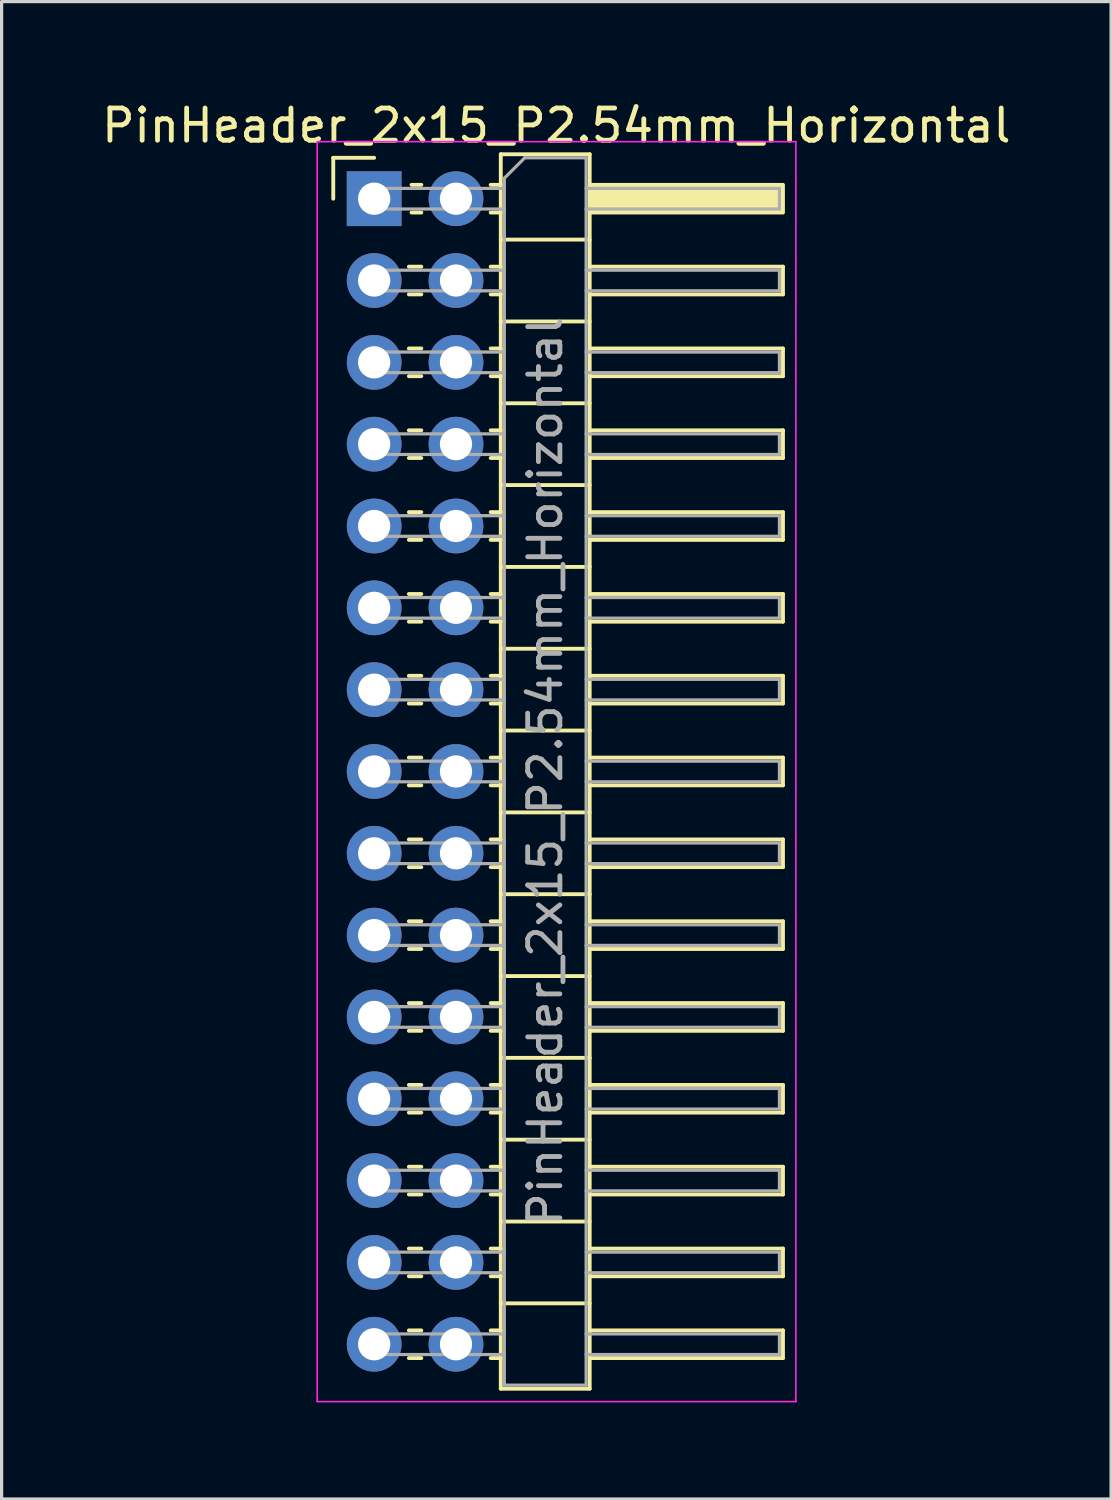
<source format=kicad_pcb>
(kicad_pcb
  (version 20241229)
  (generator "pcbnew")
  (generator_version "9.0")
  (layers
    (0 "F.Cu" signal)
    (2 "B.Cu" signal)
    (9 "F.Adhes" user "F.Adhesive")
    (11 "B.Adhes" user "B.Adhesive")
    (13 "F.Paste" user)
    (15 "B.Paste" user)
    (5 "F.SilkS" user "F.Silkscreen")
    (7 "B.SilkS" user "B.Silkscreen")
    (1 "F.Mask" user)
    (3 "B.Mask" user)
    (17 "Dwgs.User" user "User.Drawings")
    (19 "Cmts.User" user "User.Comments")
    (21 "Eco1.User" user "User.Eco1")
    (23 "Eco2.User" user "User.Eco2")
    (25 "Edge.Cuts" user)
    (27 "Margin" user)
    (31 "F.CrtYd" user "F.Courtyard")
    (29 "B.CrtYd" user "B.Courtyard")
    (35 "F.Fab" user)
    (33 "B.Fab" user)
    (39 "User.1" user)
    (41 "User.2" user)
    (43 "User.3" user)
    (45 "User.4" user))
  (footprint "PinHeader_2x15_P2.54mm_Horizontal"
    (layer "F.Cu")
    (at 8.565 3.118)
    (property "Reference" "PinHeader_2x15_P2.54mm_Horizontal" (at 5.655 -2.27 0) (layer "F.SilkS") (effects (font (size 1 1) (thickness 0.15))))
    (attr through_hole)
    (fp_line (start -1.27 -1.27) (end 0 -1.27) (stroke (width 0.12) (type solid)) (layer "F.SilkS"))
    (fp_line (start -1.27 0) (end -1.27 -1.27) (stroke (width 0.12) (type solid)) (layer "F.SilkS"))
    (fp_line (start 1.077 2.11) (end 1.463 2.11) (stroke (width 0.12) (type solid)) (layer "F.SilkS"))
    (fp_line (start 1.077 2.97) (end 1.463 2.97) (stroke (width 0.12) (type solid)) (layer "F.SilkS"))
    (fp_line (start 1.077 4.65) (end 1.463 4.65) (stroke (width 0.12) (type solid)) (layer "F.SilkS"))
    (fp_line (start 1.077 5.51) (end 1.463 5.51) (stroke (width 0.12) (type solid)) (layer "F.SilkS"))
    (fp_line (start 1.077 7.19) (end 1.463 7.19) (stroke (width 0.12) (type solid)) (layer "F.SilkS"))
    (fp_line (start 1.077 8.05) (end 1.463 8.05) (stroke (width 0.12) (type solid)) (layer "F.SilkS"))
    (fp_line (start 1.077 9.73) (end 1.463 9.73) (stroke (width 0.12) (type solid)) (layer "F.SilkS"))
    (fp_line (start 1.077 10.59) (end 1.463 10.59) (stroke (width 0.12) (type solid)) (layer "F.SilkS"))
    (fp_line (start 1.077 12.27) (end 1.463 12.27) (stroke (width 0.12) (type solid)) (layer "F.SilkS"))
    (fp_line (start 1.077 13.13) (end 1.463 13.13) (stroke (width 0.12) (type solid)) (layer "F.SilkS"))
    (fp_line (start 1.077 14.81) (end 1.463 14.81) (stroke (width 0.12) (type solid)) (layer "F.SilkS"))
    (fp_line (start 1.077 15.67) (end 1.463 15.67) (stroke (width 0.12) (type solid)) (layer "F.SilkS"))
    (fp_line (start 1.077 17.35) (end 1.463 17.35) (stroke (width 0.12) (type solid)) (layer "F.SilkS"))
    (fp_line (start 1.077 18.21) (end 1.463 18.21) (stroke (width 0.12) (type solid)) (layer "F.SilkS"))
    (fp_line (start 1.077 19.89) (end 1.463 19.89) (stroke (width 0.12) (type solid)) (layer "F.SilkS"))
    (fp_line (start 1.077 20.75) (end 1.463 20.75) (stroke (width 0.12) (type solid)) (layer "F.SilkS"))
    (fp_line (start 1.077 22.43) (end 1.463 22.43) (stroke (width 0.12) (type solid)) (layer "F.SilkS"))
    (fp_line (start 1.077 23.29) (end 1.463 23.29) (stroke (width 0.12) (type solid)) (layer "F.SilkS"))
    (fp_line (start 1.077 24.97) (end 1.463 24.97) (stroke (width 0.12) (type solid)) (layer "F.SilkS"))
    (fp_line (start 1.077 25.83) (end 1.463 25.83) (stroke (width 0.12) (type solid)) (layer "F.SilkS"))
    (fp_line (start 1.077 27.51) (end 1.463 27.51) (stroke (width 0.12) (type solid)) (layer "F.SilkS"))
    (fp_line (start 1.077 28.37) (end 1.463 28.37) (stroke (width 0.12) (type solid)) (layer "F.SilkS"))
    (fp_line (start 1.077 30.05) (end 1.463 30.05) (stroke (width 0.12) (type solid)) (layer "F.SilkS"))
    (fp_line (start 1.077 30.91) (end 1.463 30.91) (stroke (width 0.12) (type solid)) (layer "F.SilkS"))
    (fp_line (start 1.077 32.59) (end 1.463 32.59) (stroke (width 0.12) (type solid)) (layer "F.SilkS"))
    (fp_line (start 1.077 33.45) (end 1.463 33.45) (stroke (width 0.12) (type solid)) (layer "F.SilkS"))
    (fp_line (start 1.077 35.13) (end 1.463 35.13) (stroke (width 0.12) (type solid)) (layer "F.SilkS"))
    (fp_line (start 1.077 35.99) (end 1.463 35.99) (stroke (width 0.12) (type solid)) (layer "F.SilkS"))
    (fp_line (start 1.16 -0.43) (end 1.463 -0.43) (stroke (width 0.12) (type solid)) (layer "F.SilkS"))
    (fp_line (start 1.16 0.43) (end 1.463 0.43) (stroke (width 0.12) (type solid)) (layer "F.SilkS"))
    (fp_line (start 3.617 -0.43) (end 3.93 -0.43) (stroke (width 0.12) (type solid)) (layer "F.SilkS"))
    (fp_line (start 3.617 0.43) (end 3.93 0.43) (stroke (width 0.12) (type solid)) (layer "F.SilkS"))
    (fp_line (start 3.617 2.11) (end 3.93 2.11) (stroke (width 0.12) (type solid)) (layer "F.SilkS"))
    (fp_line (start 3.617 2.97) (end 3.93 2.97) (stroke (width 0.12) (type solid)) (layer "F.SilkS"))
    (fp_line (start 3.617 4.65) (end 3.93 4.65) (stroke (width 0.12) (type solid)) (layer "F.SilkS"))
    (fp_line (start 3.617 5.51) (end 3.93 5.51) (stroke (width 0.12) (type solid)) (layer "F.SilkS"))
    (fp_line (start 3.617 7.19) (end 3.93 7.19) (stroke (width 0.12) (type solid)) (layer "F.SilkS"))
    (fp_line (start 3.617 8.05) (end 3.93 8.05) (stroke (width 0.12) (type solid)) (layer "F.SilkS"))
    (fp_line (start 3.617 9.73) (end 3.93 9.73) (stroke (width 0.12) (type solid)) (layer "F.SilkS"))
    (fp_line (start 3.617 10.59) (end 3.93 10.59) (stroke (width 0.12) (type solid)) (layer "F.SilkS"))
    (fp_line (start 3.617 12.27) (end 3.93 12.27) (stroke (width 0.12) (type solid)) (layer "F.SilkS"))
    (fp_line (start 3.617 13.13) (end 3.93 13.13) (stroke (width 0.12) (type solid)) (layer "F.SilkS"))
    (fp_line (start 3.617 14.81) (end 3.93 14.81) (stroke (width 0.12) (type solid)) (layer "F.SilkS"))
    (fp_line (start 3.617 15.67) (end 3.93 15.67) (stroke (width 0.12) (type solid)) (layer "F.SilkS"))
    (fp_line (start 3.617 17.35) (end 3.93 17.35) (stroke (width 0.12) (type solid)) (layer "F.SilkS"))
    (fp_line (start 3.617 18.21) (end 3.93 18.21) (stroke (width 0.12) (type solid)) (layer "F.SilkS"))
    (fp_line (start 3.617 19.89) (end 3.93 19.89) (stroke (width 0.12) (type solid)) (layer "F.SilkS"))
    (fp_line (start 3.617 20.75) (end 3.93 20.75) (stroke (width 0.12) (type solid)) (layer "F.SilkS"))
    (fp_line (start 3.617 22.43) (end 3.93 22.43) (stroke (width 0.12) (type solid)) (layer "F.SilkS"))
    (fp_line (start 3.617 23.29) (end 3.93 23.29) (stroke (width 0.12) (type solid)) (layer "F.SilkS"))
    (fp_line (start 3.617 24.97) (end 3.93 24.97) (stroke (width 0.12) (type solid)) (layer "F.SilkS"))
    (fp_line (start 3.617 25.83) (end 3.93 25.83) (stroke (width 0.12) (type solid)) (layer "F.SilkS"))
    (fp_line (start 3.617 27.51) (end 3.93 27.51) (stroke (width 0.12) (type solid)) (layer "F.SilkS"))
    (fp_line (start 3.617 28.37) (end 3.93 28.37) (stroke (width 0.12) (type solid)) (layer "F.SilkS"))
    (fp_line (start 3.617 30.05) (end 3.93 30.05) (stroke (width 0.12) (type solid)) (layer "F.SilkS"))
    (fp_line (start 3.617 30.91) (end 3.93 30.91) (stroke (width 0.12) (type solid)) (layer "F.SilkS"))
    (fp_line (start 3.617 32.59) (end 3.93 32.59) (stroke (width 0.12) (type solid)) (layer "F.SilkS"))
    (fp_line (start 3.617 33.45) (end 3.93 33.45) (stroke (width 0.12) (type solid)) (layer "F.SilkS"))
    (fp_line (start 3.617 35.13) (end 3.93 35.13) (stroke (width 0.12) (type solid)) (layer "F.SilkS"))
    (fp_line (start 3.617 35.99) (end 3.93 35.99) (stroke (width 0.12) (type solid)) (layer "F.SilkS"))
    (fp_line (start 3.93 -1.38) (end 3.93 36.94) (stroke (width 0.12) (type solid)) (layer "F.SilkS"))
    (fp_line (start 3.93 1.27) (end 6.69 1.27) (stroke (width 0.12) (type solid)) (layer "F.SilkS"))
    (fp_line (start 3.93 3.81) (end 6.69 3.81) (stroke (width 0.12) (type solid)) (layer "F.SilkS"))
    (fp_line (start 3.93 6.35) (end 6.69 6.35) (stroke (width 0.12) (type solid)) (layer "F.SilkS"))
    (fp_line (start 3.93 8.89) (end 6.69 8.89) (stroke (width 0.12) (type solid)) (layer "F.SilkS"))
    (fp_line (start 3.93 11.43) (end 6.69 11.43) (stroke (width 0.12) (type solid)) (layer "F.SilkS"))
    (fp_line (start 3.93 13.97) (end 6.69 13.97) (stroke (width 0.12) (type solid)) (layer "F.SilkS"))
    (fp_line (start 3.93 16.51) (end 6.69 16.51) (stroke (width 0.12) (type solid)) (layer "F.SilkS"))
    (fp_line (start 3.93 19.05) (end 6.69 19.05) (stroke (width 0.12) (type solid)) (layer "F.SilkS"))
    (fp_line (start 3.93 21.59) (end 6.69 21.59) (stroke (width 0.12) (type solid)) (layer "F.SilkS"))
    (fp_line (start 3.93 24.13) (end 6.69 24.13) (stroke (width 0.12) (type solid)) (layer "F.SilkS"))
    (fp_line (start 3.93 26.67) (end 6.69 26.67) (stroke (width 0.12) (type solid)) (layer "F.SilkS"))
    (fp_line (start 3.93 29.21) (end 6.69 29.21) (stroke (width 0.12) (type solid)) (layer "F.SilkS"))
    (fp_line (start 3.93 31.75) (end 6.69 31.75) (stroke (width 0.12) (type solid)) (layer "F.SilkS"))
    (fp_line (start 3.93 34.29) (end 6.69 34.29) (stroke (width 0.12) (type solid)) (layer "F.SilkS"))
    (fp_line (start 3.93 36.94) (end 6.69 36.94) (stroke (width 0.12) (type solid)) (layer "F.SilkS"))
    (fp_line (start 6.69 -1.38) (end 3.93 -1.38) (stroke (width 0.12) (type solid)) (layer "F.SilkS"))
    (fp_line (start 6.69 2.11) (end 12.69 2.11) (stroke (width 0.12) (type solid)) (layer "F.SilkS"))
    (fp_line (start 6.69 4.65) (end 12.69 4.65) (stroke (width 0.12) (type solid)) (layer "F.SilkS"))
    (fp_line (start 6.69 7.19) (end 12.69 7.19) (stroke (width 0.12) (type solid)) (layer "F.SilkS"))
    (fp_line (start 6.69 9.73) (end 12.69 9.73) (stroke (width 0.12) (type solid)) (layer "F.SilkS"))
    (fp_line (start 6.69 12.27) (end 12.69 12.27) (stroke (width 0.12) (type solid)) (layer "F.SilkS"))
    (fp_line (start 6.69 14.81) (end 12.69 14.81) (stroke (width 0.12) (type solid)) (layer "F.SilkS"))
    (fp_line (start 6.69 17.35) (end 12.69 17.35) (stroke (width 0.12) (type solid)) (layer "F.SilkS"))
    (fp_line (start 6.69 19.89) (end 12.69 19.89) (stroke (width 0.12) (type solid)) (layer "F.SilkS"))
    (fp_line (start 6.69 22.43) (end 12.69 22.43) (stroke (width 0.12) (type solid)) (layer "F.SilkS"))
    (fp_line (start 6.69 24.97) (end 12.69 24.97) (stroke (width 0.12) (type solid)) (layer "F.SilkS"))
    (fp_line (start 6.69 27.51) (end 12.69 27.51) (stroke (width 0.12) (type solid)) (layer "F.SilkS"))
    (fp_line (start 6.69 30.05) (end 12.69 30.05) (stroke (width 0.12) (type solid)) (layer "F.SilkS"))
    (fp_line (start 6.69 32.59) (end 12.69 32.59) (stroke (width 0.12) (type solid)) (layer "F.SilkS"))
    (fp_line (start 6.69 35.13) (end 12.69 35.13) (stroke (width 0.12) (type solid)) (layer "F.SilkS"))
    (fp_line (start 6.69 36.94) (end 6.69 -1.38) (stroke (width 0.12) (type solid)) (layer "F.SilkS"))
    (fp_line (start 12.69 2.11) (end 12.69 2.97) (stroke (width 0.12) (type solid)) (layer "F.SilkS"))
    (fp_line (start 12.69 2.97) (end 6.69 2.97) (stroke (width 0.12) (type solid)) (layer "F.SilkS"))
    (fp_line (start 12.69 4.65) (end 12.69 5.51) (stroke (width 0.12) (type solid)) (layer "F.SilkS"))
    (fp_line (start 12.69 5.51) (end 6.69 5.51) (stroke (width 0.12) (type solid)) (layer "F.SilkS"))
    (fp_line (start 12.69 7.19) (end 12.69 8.05) (stroke (width 0.12) (type solid)) (layer "F.SilkS"))
    (fp_line (start 12.69 8.05) (end 6.69 8.05) (stroke (width 0.12) (type solid)) (layer "F.SilkS"))
    (fp_line (start 12.69 9.73) (end 12.69 10.59) (stroke (width 0.12) (type solid)) (layer "F.SilkS"))
    (fp_line (start 12.69 10.59) (end 6.69 10.59) (stroke (width 0.12) (type solid)) (layer "F.SilkS"))
    (fp_line (start 12.69 12.27) (end 12.69 13.13) (stroke (width 0.12) (type solid)) (layer "F.SilkS"))
    (fp_line (start 12.69 13.13) (end 6.69 13.13) (stroke (width 0.12) (type solid)) (layer "F.SilkS"))
    (fp_line (start 12.69 14.81) (end 12.69 15.67) (stroke (width 0.12) (type solid)) (layer "F.SilkS"))
    (fp_line (start 12.69 15.67) (end 6.69 15.67) (stroke (width 0.12) (type solid)) (layer "F.SilkS"))
    (fp_line (start 12.69 17.35) (end 12.69 18.21) (stroke (width 0.12) (type solid)) (layer "F.SilkS"))
    (fp_line (start 12.69 18.21) (end 6.69 18.21) (stroke (width 0.12) (type solid)) (layer "F.SilkS"))
    (fp_line (start 12.69 19.89) (end 12.69 20.75) (stroke (width 0.12) (type solid)) (layer "F.SilkS"))
    (fp_line (start 12.69 20.75) (end 6.69 20.75) (stroke (width 0.12) (type solid)) (layer "F.SilkS"))
    (fp_line (start 12.69 22.43) (end 12.69 23.29) (stroke (width 0.12) (type solid)) (layer "F.SilkS"))
    (fp_line (start 12.69 23.29) (end 6.69 23.29) (stroke (width 0.12) (type solid)) (layer "F.SilkS"))
    (fp_line (start 12.69 24.97) (end 12.69 25.83) (stroke (width 0.12) (type solid)) (layer "F.SilkS"))
    (fp_line (start 12.69 25.83) (end 6.69 25.83) (stroke (width 0.12) (type solid)) (layer "F.SilkS"))
    (fp_line (start 12.69 27.51) (end 12.69 28.37) (stroke (width 0.12) (type solid)) (layer "F.SilkS"))
    (fp_line (start 12.69 28.37) (end 6.69 28.37) (stroke (width 0.12) (type solid)) (layer "F.SilkS"))
    (fp_line (start 12.69 30.05) (end 12.69 30.91) (stroke (width 0.12) (type solid)) (layer "F.SilkS"))
    (fp_line (start 12.69 30.91) (end 6.69 30.91) (stroke (width 0.12) (type solid)) (layer "F.SilkS"))
    (fp_line (start 12.69 32.59) (end 12.69 33.45) (stroke (width 0.12) (type solid)) (layer "F.SilkS"))
    (fp_line (start 12.69 33.45) (end 6.69 33.45) (stroke (width 0.12) (type solid)) (layer "F.SilkS"))
    (fp_line (start 12.69 35.13) (end 12.69 35.99) (stroke (width 0.12) (type solid)) (layer "F.SilkS"))
    (fp_line (start 12.69 35.99) (end 6.69 35.99) (stroke (width 0.12) (type solid)) (layer "F.SilkS"))
    (fp_rect (start 6.69 -0.43) (end 12.69 0.43) (stroke (width 0.12) (type solid)) (fill yes) (layer "F.SilkS"))
    (fp_line (start -1.77 -1.77) (end -1.77 37.34) (stroke (width 0.05) (type solid)) (layer "F.CrtYd"))
    (fp_line (start -1.77 37.34) (end 13.09 37.34) (stroke (width 0.05) (type solid)) (layer "F.CrtYd"))
    (fp_line (start 13.09 -1.77) (end -1.77 -1.77) (stroke (width 0.05) (type solid)) (layer "F.CrtYd"))
    (fp_line (start 13.09 37.34) (end 13.09 -1.77) (stroke (width 0.05) (type solid)) (layer "F.CrtYd"))
    (fp_line (start -0.32 -0.32) (end -0.32 0.32) (stroke (width 0.1) (type solid)) (layer "F.Fab"))
    (fp_line (start -0.32 -0.32) (end 4.04 -0.32) (stroke (width 0.1) (type solid)) (layer "F.Fab"))
    (fp_line (start -0.32 0.32) (end 4.04 0.32) (stroke (width 0.1) (type solid)) (layer "F.Fab"))
    (fp_line (start -0.32 2.22) (end -0.32 2.86) (stroke (width 0.1) (type solid)) (layer "F.Fab"))
    (fp_line (start -0.32 2.22) (end 4.04 2.22) (stroke (width 0.1) (type solid)) (layer "F.Fab"))
    (fp_line (start -0.32 2.86) (end 4.04 2.86) (stroke (width 0.1) (type solid)) (layer "F.Fab"))
    (fp_line (start -0.32 4.76) (end -0.32 5.4) (stroke (width 0.1) (type solid)) (layer "F.Fab"))
    (fp_line (start -0.32 4.76) (end 4.04 4.76) (stroke (width 0.1) (type solid)) (layer "F.Fab"))
    (fp_line (start -0.32 5.4) (end 4.04 5.4) (stroke (width 0.1) (type solid)) (layer "F.Fab"))
    (fp_line (start -0.32 7.3) (end -0.32 7.94) (stroke (width 0.1) (type solid)) (layer "F.Fab"))
    (fp_line (start -0.32 7.3) (end 4.04 7.3) (stroke (width 0.1) (type solid)) (layer "F.Fab"))
    (fp_line (start -0.32 7.94) (end 4.04 7.94) (stroke (width 0.1) (type solid)) (layer "F.Fab"))
    (fp_line (start -0.32 9.84) (end -0.32 10.48) (stroke (width 0.1) (type solid)) (layer "F.Fab"))
    (fp_line (start -0.32 9.84) (end 4.04 9.84) (stroke (width 0.1) (type solid)) (layer "F.Fab"))
    (fp_line (start -0.32 10.48) (end 4.04 10.48) (stroke (width 0.1) (type solid)) (layer "F.Fab"))
    (fp_line (start -0.32 12.38) (end -0.32 13.02) (stroke (width 0.1) (type solid)) (layer "F.Fab"))
    (fp_line (start -0.32 12.38) (end 4.04 12.38) (stroke (width 0.1) (type solid)) (layer "F.Fab"))
    (fp_line (start -0.32 13.02) (end 4.04 13.02) (stroke (width 0.1) (type solid)) (layer "F.Fab"))
    (fp_line (start -0.32 14.92) (end -0.32 15.56) (stroke (width 0.1) (type solid)) (layer "F.Fab"))
    (fp_line (start -0.32 14.92) (end 4.04 14.92) (stroke (width 0.1) (type solid)) (layer "F.Fab"))
    (fp_line (start -0.32 15.56) (end 4.04 15.56) (stroke (width 0.1) (type solid)) (layer "F.Fab"))
    (fp_line (start -0.32 17.46) (end -0.32 18.1) (stroke (width 0.1) (type solid)) (layer "F.Fab"))
    (fp_line (start -0.32 17.46) (end 4.04 17.46) (stroke (width 0.1) (type solid)) (layer "F.Fab"))
    (fp_line (start -0.32 18.1) (end 4.04 18.1) (stroke (width 0.1) (type solid)) (layer "F.Fab"))
    (fp_line (start -0.32 20) (end -0.32 20.64) (stroke (width 0.1) (type solid)) (layer "F.Fab"))
    (fp_line (start -0.32 20) (end 4.04 20) (stroke (width 0.1) (type solid)) (layer "F.Fab"))
    (fp_line (start -0.32 20.64) (end 4.04 20.64) (stroke (width 0.1) (type solid)) (layer "F.Fab"))
    (fp_line (start -0.32 22.54) (end -0.32 23.18) (stroke (width 0.1) (type solid)) (layer "F.Fab"))
    (fp_line (start -0.32 22.54) (end 4.04 22.54) (stroke (width 0.1) (type solid)) (layer "F.Fab"))
    (fp_line (start -0.32 23.18) (end 4.04 23.18) (stroke (width 0.1) (type solid)) (layer "F.Fab"))
    (fp_line (start -0.32 25.08) (end -0.32 25.72) (stroke (width 0.1) (type solid)) (layer "F.Fab"))
    (fp_line (start -0.32 25.08) (end 4.04 25.08) (stroke (width 0.1) (type solid)) (layer "F.Fab"))
    (fp_line (start -0.32 25.72) (end 4.04 25.72) (stroke (width 0.1) (type solid)) (layer "F.Fab"))
    (fp_line (start -0.32 27.62) (end -0.32 28.26) (stroke (width 0.1) (type solid)) (layer "F.Fab"))
    (fp_line (start -0.32 27.62) (end 4.04 27.62) (stroke (width 0.1) (type solid)) (layer "F.Fab"))
    (fp_line (start -0.32 28.26) (end 4.04 28.26) (stroke (width 0.1) (type solid)) (layer "F.Fab"))
    (fp_line (start -0.32 30.16) (end -0.32 30.8) (stroke (width 0.1) (type solid)) (layer "F.Fab"))
    (fp_line (start -0.32 30.16) (end 4.04 30.16) (stroke (width 0.1) (type solid)) (layer "F.Fab"))
    (fp_line (start -0.32 30.8) (end 4.04 30.8) (stroke (width 0.1) (type solid)) (layer "F.Fab"))
    (fp_line (start -0.32 32.7) (end -0.32 33.34) (stroke (width 0.1) (type solid)) (layer "F.Fab"))
    (fp_line (start -0.32 32.7) (end 4.04 32.7) (stroke (width 0.1) (type solid)) (layer "F.Fab"))
    (fp_line (start -0.32 33.34) (end 4.04 33.34) (stroke (width 0.1) (type solid)) (layer "F.Fab"))
    (fp_line (start -0.32 35.24) (end -0.32 35.88) (stroke (width 0.1) (type solid)) (layer "F.Fab"))
    (fp_line (start -0.32 35.24) (end 4.04 35.24) (stroke (width 0.1) (type solid)) (layer "F.Fab"))
    (fp_line (start -0.32 35.88) (end 4.04 35.88) (stroke (width 0.1) (type solid)) (layer "F.Fab"))
    (fp_line (start 4.04 -0.635) (end 4.675 -1.27) (stroke (width 0.1) (type solid)) (layer "F.Fab"))
    (fp_line (start 4.04 36.83) (end 4.04 -0.635) (stroke (width 0.1) (type solid)) (layer "F.Fab"))
    (fp_line (start 4.675 -1.27) (end 6.58 -1.27) (stroke (width 0.1) (type solid)) (layer "F.Fab"))
    (fp_line (start 6.58 -1.27) (end 6.58 36.83) (stroke (width 0.1) (type solid)) (layer "F.Fab"))
    (fp_line (start 6.58 -0.32) (end 12.58 -0.32) (stroke (width 0.1) (type solid)) (layer "F.Fab"))
    (fp_line (start 6.58 0.32) (end 12.58 0.32) (stroke (width 0.1) (type solid)) (layer "F.Fab"))
    (fp_line (start 6.58 2.22) (end 12.58 2.22) (stroke (width 0.1) (type solid)) (layer "F.Fab"))
    (fp_line (start 6.58 2.86) (end 12.58 2.86) (stroke (width 0.1) (type solid)) (layer "F.Fab"))
    (fp_line (start 6.58 4.76) (end 12.58 4.76) (stroke (width 0.1) (type solid)) (layer "F.Fab"))
    (fp_line (start 6.58 5.4) (end 12.58 5.4) (stroke (width 0.1) (type solid)) (layer "F.Fab"))
    (fp_line (start 6.58 7.3) (end 12.58 7.3) (stroke (width 0.1) (type solid)) (layer "F.Fab"))
    (fp_line (start 6.58 7.94) (end 12.58 7.94) (stroke (width 0.1) (type solid)) (layer "F.Fab"))
    (fp_line (start 6.58 9.84) (end 12.58 9.84) (stroke (width 0.1) (type solid)) (layer "F.Fab"))
    (fp_line (start 6.58 10.48) (end 12.58 10.48) (stroke (width 0.1) (type solid)) (layer "F.Fab"))
    (fp_line (start 6.58 12.38) (end 12.58 12.38) (stroke (width 0.1) (type solid)) (layer "F.Fab"))
    (fp_line (start 6.58 13.02) (end 12.58 13.02) (stroke (width 0.1) (type solid)) (layer "F.Fab"))
    (fp_line (start 6.58 14.92) (end 12.58 14.92) (stroke (width 0.1) (type solid)) (layer "F.Fab"))
    (fp_line (start 6.58 15.56) (end 12.58 15.56) (stroke (width 0.1) (type solid)) (layer "F.Fab"))
    (fp_line (start 6.58 17.46) (end 12.58 17.46) (stroke (width 0.1) (type solid)) (layer "F.Fab"))
    (fp_line (start 6.58 18.1) (end 12.58 18.1) (stroke (width 0.1) (type solid)) (layer "F.Fab"))
    (fp_line (start 6.58 20) (end 12.58 20) (stroke (width 0.1) (type solid)) (layer "F.Fab"))
    (fp_line (start 6.58 20.64) (end 12.58 20.64) (stroke (width 0.1) (type solid)) (layer "F.Fab"))
    (fp_line (start 6.58 22.54) (end 12.58 22.54) (stroke (width 0.1) (type solid)) (layer "F.Fab"))
    (fp_line (start 6.58 23.18) (end 12.58 23.18) (stroke (width 0.1) (type solid)) (layer "F.Fab"))
    (fp_line (start 6.58 25.08) (end 12.58 25.08) (stroke (width 0.1) (type solid)) (layer "F.Fab"))
    (fp_line (start 6.58 25.72) (end 12.58 25.72) (stroke (width 0.1) (type solid)) (layer "F.Fab"))
    (fp_line (start 6.58 27.62) (end 12.58 27.62) (stroke (width 0.1) (type solid)) (layer "F.Fab"))
    (fp_line (start 6.58 28.26) (end 12.58 28.26) (stroke (width 0.1) (type solid)) (layer "F.Fab"))
    (fp_line (start 6.58 30.16) (end 12.58 30.16) (stroke (width 0.1) (type solid)) (layer "F.Fab"))
    (fp_line (start 6.58 30.8) (end 12.58 30.8) (stroke (width 0.1) (type solid)) (layer "F.Fab"))
    (fp_line (start 6.58 32.7) (end 12.58 32.7) (stroke (width 0.1) (type solid)) (layer "F.Fab"))
    (fp_line (start 6.58 33.34) (end 12.58 33.34) (stroke (width 0.1) (type solid)) (layer "F.Fab"))
    (fp_line (start 6.58 35.24) (end 12.58 35.24) (stroke (width 0.1) (type solid)) (layer "F.Fab"))
    (fp_line (start 6.58 35.88) (end 12.58 35.88) (stroke (width 0.1) (type solid)) (layer "F.Fab"))
    (fp_line (start 6.58 36.83) (end 4.04 36.83) (stroke (width 0.1) (type solid)) (layer "F.Fab"))
    (fp_line (start 12.58 -0.32) (end 12.58 0.32) (stroke (width 0.1) (type solid)) (layer "F.Fab"))
    (fp_line (start 12.58 2.22) (end 12.58 2.86) (stroke (width 0.1) (type solid)) (layer "F.Fab"))
    (fp_line (start 12.58 4.76) (end 12.58 5.4) (stroke (width 0.1) (type solid)) (layer "F.Fab"))
    (fp_line (start 12.58 7.3) (end 12.58 7.94) (stroke (width 0.1) (type solid)) (layer "F.Fab"))
    (fp_line (start 12.58 9.84) (end 12.58 10.48) (stroke (width 0.1) (type solid)) (layer "F.Fab"))
    (fp_line (start 12.58 12.38) (end 12.58 13.02) (stroke (width 0.1) (type solid)) (layer "F.Fab"))
    (fp_line (start 12.58 14.92) (end 12.58 15.56) (stroke (width 0.1) (type solid)) (layer "F.Fab"))
    (fp_line (start 12.58 17.46) (end 12.58 18.1) (stroke (width 0.1) (type solid)) (layer "F.Fab"))
    (fp_line (start 12.58 20) (end 12.58 20.64) (stroke (width 0.1) (type solid)) (layer "F.Fab"))
    (fp_line (start 12.58 22.54) (end 12.58 23.18) (stroke (width 0.1) (type solid)) (layer "F.Fab"))
    (fp_line (start 12.58 25.08) (end 12.58 25.72) (stroke (width 0.1) (type solid)) (layer "F.Fab"))
    (fp_line (start 12.58 27.62) (end 12.58 28.26) (stroke (width 0.1) (type solid)) (layer "F.Fab"))
    (fp_line (start 12.58 30.16) (end 12.58 30.8) (stroke (width 0.1) (type solid)) (layer "F.Fab"))
    (fp_line (start 12.58 32.7) (end 12.58 33.34) (stroke (width 0.1) (type solid)) (layer "F.Fab"))
    (fp_line (start 12.58 35.24) (end 12.58 35.88) (stroke (width 0.1) (type solid)) (layer "F.Fab"))
    (fp_text user "${REFERENCE}" (at 5.31 17.78 90) (layer "F.Fab") (effects (font (size 1 1) (thickness 0.15))))
    (pad "1" thru_hole rect (at 0 0) (size 1.7 1.7) (drill 1) (layers "*.Cu" "*.Mask"))
    (pad "2" thru_hole circle (at 2.54 0) (size 1.7 1.7) (drill 1) (layers "*.Cu" "*.Mask"))
    (pad "3" thru_hole circle (at 0 2.54) (size 1.7 1.7) (drill 1) (layers "*.Cu" "*.Mask"))
    (pad "4" thru_hole circle (at 2.54 2.54) (size 1.7 1.7) (drill 1) (layers "*.Cu" "*.Mask"))
    (pad "5" thru_hole circle (at 0 5.08) (size 1.7 1.7) (drill 1) (layers "*.Cu" "*.Mask"))
    (pad "6" thru_hole circle (at 2.54 5.08) (size 1.7 1.7) (drill 1) (layers "*.Cu" "*.Mask"))
    (pad "7" thru_hole circle (at 0 7.62) (size 1.7 1.7) (drill 1) (layers "*.Cu" "*.Mask"))
    (pad "8" thru_hole circle (at 2.54 7.62) (size 1.7 1.7) (drill 1) (layers "*.Cu" "*.Mask"))
    (pad "9" thru_hole circle (at 0 10.16) (size 1.7 1.7) (drill 1) (layers "*.Cu" "*.Mask"))
    (pad "10" thru_hole circle (at 2.54 10.16) (size 1.7 1.7) (drill 1) (layers "*.Cu" "*.Mask"))
    (pad "11" thru_hole circle (at 0 12.7) (size 1.7 1.7) (drill 1) (layers "*.Cu" "*.Mask"))
    (pad "12" thru_hole circle (at 2.54 12.7) (size 1.7 1.7) (drill 1) (layers "*.Cu" "*.Mask"))
    (pad "13" thru_hole circle (at 0 15.24) (size 1.7 1.7) (drill 1) (layers "*.Cu" "*.Mask"))
    (pad "14" thru_hole circle (at 2.54 15.24) (size 1.7 1.7) (drill 1) (layers "*.Cu" "*.Mask"))
    (pad "15" thru_hole circle (at 0 17.78) (size 1.7 1.7) (drill 1) (layers "*.Cu" "*.Mask"))
    (pad "16" thru_hole circle (at 2.54 17.78) (size 1.7 1.7) (drill 1) (layers "*.Cu" "*.Mask"))
    (pad "17" thru_hole circle (at 0 20.32) (size 1.7 1.7) (drill 1) (layers "*.Cu" "*.Mask"))
    (pad "18" thru_hole circle (at 2.54 20.32) (size 1.7 1.7) (drill 1) (layers "*.Cu" "*.Mask"))
    (pad "19" thru_hole circle (at 0 22.86) (size 1.7 1.7) (drill 1) (layers "*.Cu" "*.Mask"))
    (pad "20" thru_hole circle (at 2.54 22.86) (size 1.7 1.7) (drill 1) (layers "*.Cu" "*.Mask"))
    (pad "21" thru_hole circle (at 0 25.4) (size 1.7 1.7) (drill 1) (layers "*.Cu" "*.Mask"))
    (pad "22" thru_hole circle (at 2.54 25.4) (size 1.7 1.7) (drill 1) (layers "*.Cu" "*.Mask"))
    (pad "23" thru_hole circle (at 0 27.94) (size 1.7 1.7) (drill 1) (layers "*.Cu" "*.Mask"))
    (pad "24" thru_hole circle (at 2.54 27.94) (size 1.7 1.7) (drill 1) (layers "*.Cu" "*.Mask"))
    (pad "25" thru_hole circle (at 0 30.48) (size 1.7 1.7) (drill 1) (layers "*.Cu" "*.Mask"))
    (pad "26" thru_hole circle (at 2.54 30.48) (size 1.7 1.7) (drill 1) (layers "*.Cu" "*.Mask"))
    (pad "27" thru_hole circle (at 0 33.02) (size 1.7 1.7) (drill 1) (layers "*.Cu" "*.Mask"))
    (pad "28" thru_hole circle (at 2.54 33.02) (size 1.7 1.7) (drill 1) (layers "*.Cu" "*.Mask"))
    (pad "29" thru_hole circle (at 0 35.56) (size 1.7 1.7) (drill 1) (layers "*.Cu" "*.Mask"))
    (pad "30" thru_hole circle (at 2.54 35.56) (size 1.7 1.7) (drill 1) (layers "*.Cu" "*.Mask")))
  (gr_rect
    (start -3 -3)
    (end 31.44 43.483)
    (stroke (width 0.1) (type default))
    (fill no)
    (layer "Edge.Cuts")))
</source>
